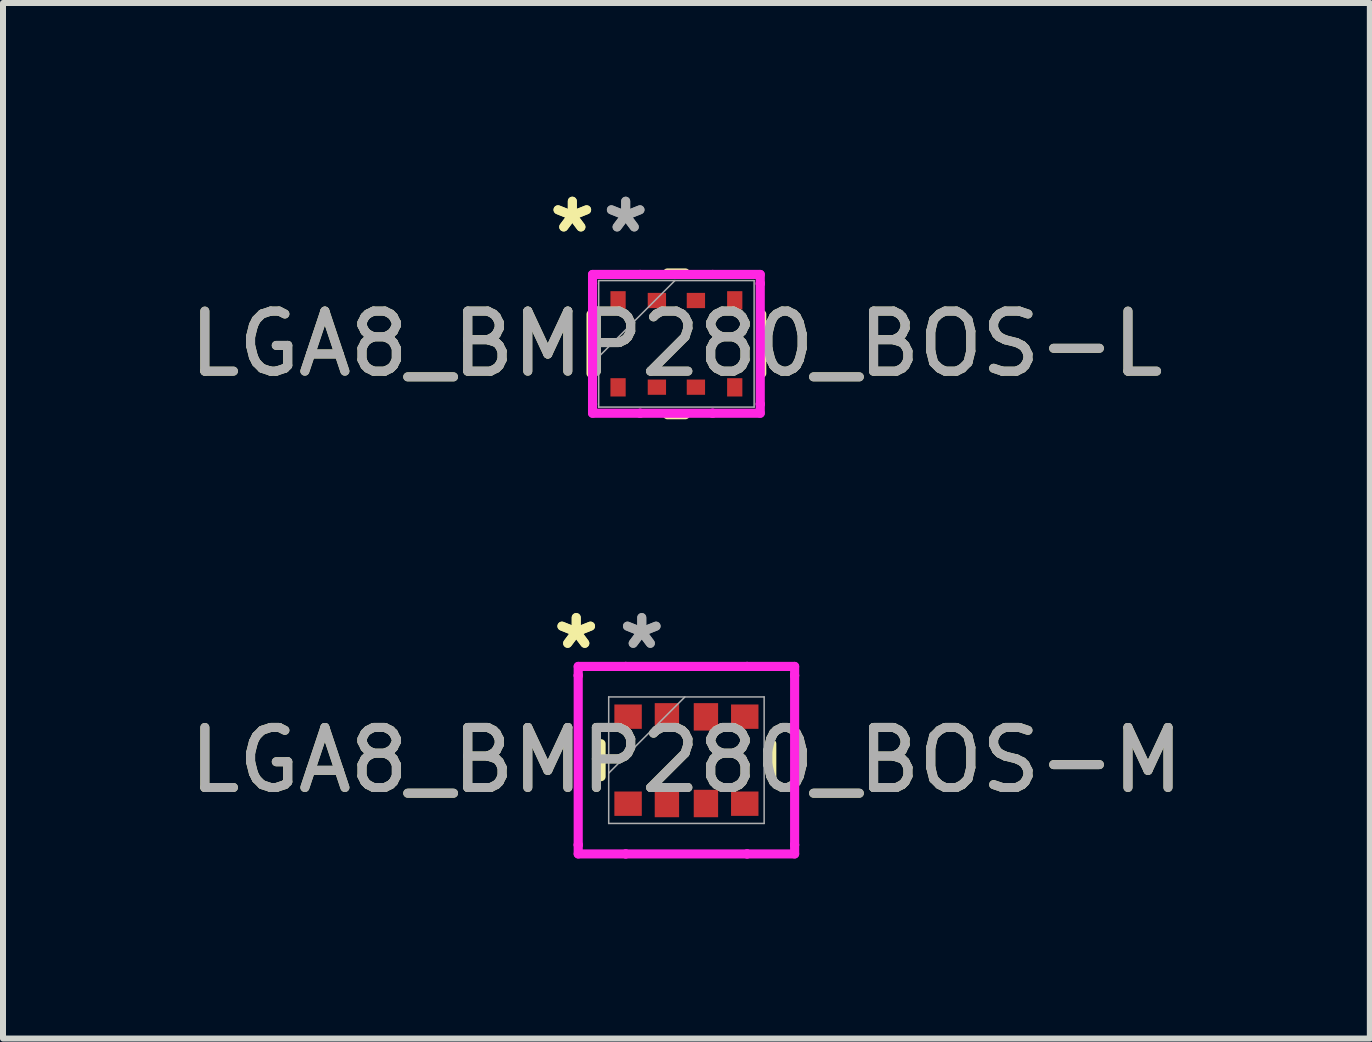
<source format=kicad_pcb>
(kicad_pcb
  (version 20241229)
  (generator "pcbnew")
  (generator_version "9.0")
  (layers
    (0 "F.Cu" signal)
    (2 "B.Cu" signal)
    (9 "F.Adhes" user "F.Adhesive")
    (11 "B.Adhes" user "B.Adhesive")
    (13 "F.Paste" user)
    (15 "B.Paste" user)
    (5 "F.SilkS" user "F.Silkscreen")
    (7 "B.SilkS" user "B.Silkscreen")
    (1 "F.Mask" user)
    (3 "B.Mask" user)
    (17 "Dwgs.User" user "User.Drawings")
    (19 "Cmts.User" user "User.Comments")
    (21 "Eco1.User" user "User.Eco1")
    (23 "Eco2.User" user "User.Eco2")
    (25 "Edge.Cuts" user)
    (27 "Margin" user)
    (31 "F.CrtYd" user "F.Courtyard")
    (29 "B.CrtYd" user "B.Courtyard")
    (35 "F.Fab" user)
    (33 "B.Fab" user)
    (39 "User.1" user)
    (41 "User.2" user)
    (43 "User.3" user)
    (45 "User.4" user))
  (footprint "LGA8_BMP280_BOS-L"
    (layer "F.Cu")
    (at 8.22 2.679)
    (property "Reference" "LGA8_BMP280_BOS-L" (at 0 0 0) (unlocked yes) (layer "F.SilkS") (effects (font (size 1 1) (thickness 0.15))))
    (attr smd)
    (fp_line (start -1.422 -0.493) (end -1.422 0.493) (stroke (width 0.152) (type solid)) (layer "F.SilkS"))
    (fp_line (start -0.149 1.181) (end 0.149 1.181) (stroke (width 0.152) (type solid)) (layer "F.SilkS"))
    (fp_line (start 0.149 -1.181) (end -0.149 -1.181) (stroke (width 0.152) (type solid)) (layer "F.SilkS"))
    (fp_line (start 1.422 0.493) (end 1.422 -0.493) (stroke (width 0.152) (type solid)) (layer "F.SilkS"))
    (fp_line (start -1.397 -1.156) (end -0.604 -1.156) (stroke (width 0.152) (type solid)) (layer "F.CrtYd"))
    (fp_line (start -1.397 -1.004) (end -1.397 -1.156) (stroke (width 0.152) (type solid)) (layer "F.CrtYd"))
    (fp_line (start -1.397 -1.004) (end -1.397 -1.004) (stroke (width 0.152) (type solid)) (layer "F.CrtYd"))
    (fp_line (start -1.397 1.004) (end -1.397 -1.004) (stroke (width 0.152) (type solid)) (layer "F.CrtYd"))
    (fp_line (start -1.397 1.004) (end -1.397 1.004) (stroke (width 0.152) (type solid)) (layer "F.CrtYd"))
    (fp_line (start -1.397 1.156) (end -1.397 1.004) (stroke (width 0.152) (type solid)) (layer "F.CrtYd"))
    (fp_line (start -1.397 1.156) (end -0.604 1.156) (stroke (width 0.152) (type solid)) (layer "F.CrtYd"))
    (fp_line (start -0.604 -1.156) (end -0.604 -1.156) (stroke (width 0.152) (type solid)) (layer "F.CrtYd"))
    (fp_line (start -0.604 -1.156) (end 0.604 -1.156) (stroke (width 0.152) (type solid)) (layer "F.CrtYd"))
    (fp_line (start -0.604 1.156) (end -0.604 1.156) (stroke (width 0.152) (type solid)) (layer "F.CrtYd"))
    (fp_line (start -0.604 1.156) (end 0.604 1.156) (stroke (width 0.152) (type solid)) (layer "F.CrtYd"))
    (fp_line (start 0.604 -1.156) (end 0.604 -1.156) (stroke (width 0.152) (type solid)) (layer "F.CrtYd"))
    (fp_line (start 0.604 -1.156) (end 1.397 -1.156) (stroke (width 0.152) (type solid)) (layer "F.CrtYd"))
    (fp_line (start 0.604 1.156) (end 0.604 1.156) (stroke (width 0.152) (type solid)) (layer "F.CrtYd"))
    (fp_line (start 0.604 1.156) (end 1.397 1.156) (stroke (width 0.152) (type solid)) (layer "F.CrtYd"))
    (fp_line (start 1.397 -1.004) (end 1.397 -1.156) (stroke (width 0.152) (type solid)) (layer "F.CrtYd"))
    (fp_line (start 1.397 -1.004) (end 1.397 -1.004) (stroke (width 0.152) (type solid)) (layer "F.CrtYd"))
    (fp_line (start 1.397 1.004) (end 1.397 -1.004) (stroke (width 0.152) (type solid)) (layer "F.CrtYd"))
    (fp_line (start 1.397 1.004) (end 1.397 1.004) (stroke (width 0.152) (type solid)) (layer "F.CrtYd"))
    (fp_line (start 1.397 1.156) (end 1.397 1.004) (stroke (width 0.152) (type solid)) (layer "F.CrtYd"))
    (fp_line (start -1.295 -1.054) (end -1.295 1.054) (stroke (width 0.025) (type solid)) (layer "F.Fab"))
    (fp_line (start -1.295 0.216) (end -0.025 -1.054) (stroke (width 0.025) (type solid)) (layer "F.Fab"))
    (fp_line (start -1.295 1.054) (end 1.295 1.054) (stroke (width 0.025) (type solid)) (layer "F.Fab"))
    (fp_line (start 1.295 -1.054) (end -1.295 -1.054) (stroke (width 0.025) (type solid)) (layer "F.Fab"))
    (fp_line (start 1.295 1.054) (end 1.295 -1.054) (stroke (width 0.025) (type solid)) (layer "F.Fab"))
    (fp_text user "*" (at -1.734 -1.831 0) (layer "F.SilkS") (effects (font (size 1 1) (thickness 0.15))))
    (fp_text user "*" (at -1.734 -1.831 0) (unlocked yes) (layer "F.SilkS") (effects (font (size 1 1) (thickness 0.15))))
    (fp_text user "${REFERENCE}" (at 0 0 0) (unlocked yes) (layer "F.Fab") (effects (font (size 1 1) (thickness 0.15))))
    (fp_text user "*" (at -0.845 -1.831 0) (layer "F.Fab") (effects (font (size 1 1) (thickness 0.15))))
    (fp_text user "*" (at -0.845 -1.831 0) (unlocked yes) (layer "F.Fab") (effects (font (size 1 1) (thickness 0.15))))
    (pad "1" smd rect (at -0.972 -0.725 90) (size 0.305 0.254) (layers "F.Cu" "F.Mask" "F.Paste"))
    (pad "2" smd rect (at -0.325 -0.722) (size 0.305 0.254) (layers "F.Cu" "F.Mask" "F.Paste"))
    (pad "3" smd rect (at 0.325 -0.722) (size 0.305 0.254) (layers "F.Cu" "F.Mask" "F.Paste"))
    (pad "4" smd rect (at 0.972 -0.725 90) (size 0.305 0.254) (layers "F.Cu" "F.Mask" "F.Paste"))
    (pad "5" smd rect (at 0.972 0.725 90) (size 0.305 0.254) (layers "F.Cu" "F.Mask" "F.Paste"))
    (pad "6" smd rect (at 0.325 0.722) (size 0.305 0.254) (layers "F.Cu" "F.Mask" "F.Paste"))
    (pad "7" smd rect (at -0.325 0.722) (size 0.305 0.254) (layers "F.Cu" "F.Mask" "F.Paste"))
    (pad "8" smd rect (at -0.972 0.725 90) (size 0.305 0.254) (layers "F.Cu" "F.Mask" "F.Paste")))
  (footprint "LGA8_BMP280_BOS-M"
    (layer "F.Cu")
    (at 8.387 9.616)
    (property "Reference" "LGA8_BMP280_BOS-M" (at 0 0 0) (unlocked yes) (layer "F.SilkS") (effects (font (size 1 1) (thickness 0.15))))
    (attr smd)
    (fp_line (start -1.422 -0.274) (end -1.422 0.274) (stroke (width 0.152) (type solid)) (layer "F.SilkS"))
    (fp_line (start 1.422 0.274) (end 1.422 -0.274) (stroke (width 0.152) (type solid)) (layer "F.SilkS"))
    (fp_line (start -1.803 -1.562) (end -1.011 -1.562) (stroke (width 0.152) (type solid)) (layer "F.CrtYd"))
    (fp_line (start -1.803 -1.411) (end -1.803 -1.562) (stroke (width 0.152) (type solid)) (layer "F.CrtYd"))
    (fp_line (start -1.803 -1.411) (end -1.803 -1.411) (stroke (width 0.152) (type solid)) (layer "F.CrtYd"))
    (fp_line (start -1.803 1.411) (end -1.803 -1.411) (stroke (width 0.152) (type solid)) (layer "F.CrtYd"))
    (fp_line (start -1.803 1.411) (end -1.803 1.411) (stroke (width 0.152) (type solid)) (layer "F.CrtYd"))
    (fp_line (start -1.803 1.562) (end -1.803 1.411) (stroke (width 0.152) (type solid)) (layer "F.CrtYd"))
    (fp_line (start -1.803 1.562) (end -1.011 1.562) (stroke (width 0.152) (type solid)) (layer "F.CrtYd"))
    (fp_line (start -1.011 -1.562) (end -1.011 -1.562) (stroke (width 0.152) (type solid)) (layer "F.CrtYd"))
    (fp_line (start -1.011 -1.562) (end 1.011 -1.562) (stroke (width 0.152) (type solid)) (layer "F.CrtYd"))
    (fp_line (start -1.011 1.562) (end -1.011 1.562) (stroke (width 0.152) (type solid)) (layer "F.CrtYd"))
    (fp_line (start -1.011 1.562) (end 1.011 1.562) (stroke (width 0.152) (type solid)) (layer "F.CrtYd"))
    (fp_line (start 1.011 -1.562) (end 1.011 -1.562) (stroke (width 0.152) (type solid)) (layer "F.CrtYd"))
    (fp_line (start 1.011 -1.562) (end 1.803 -1.562) (stroke (width 0.152) (type solid)) (layer "F.CrtYd"))
    (fp_line (start 1.011 1.562) (end 1.011 1.562) (stroke (width 0.152) (type solid)) (layer "F.CrtYd"))
    (fp_line (start 1.011 1.562) (end 1.803 1.562) (stroke (width 0.152) (type solid)) (layer "F.CrtYd"))
    (fp_line (start 1.803 -1.411) (end 1.803 -1.562) (stroke (width 0.152) (type solid)) (layer "F.CrtYd"))
    (fp_line (start 1.803 -1.411) (end 1.803 -1.411) (stroke (width 0.152) (type solid)) (layer "F.CrtYd"))
    (fp_line (start 1.803 1.411) (end 1.803 -1.411) (stroke (width 0.152) (type solid)) (layer "F.CrtYd"))
    (fp_line (start 1.803 1.411) (end 1.803 1.411) (stroke (width 0.152) (type solid)) (layer "F.CrtYd"))
    (fp_line (start 1.803 1.562) (end 1.803 1.411) (stroke (width 0.152) (type solid)) (layer "F.CrtYd"))
    (fp_line (start -1.295 -1.054) (end -1.295 1.054) (stroke (width 0.025) (type solid)) (layer "F.Fab"))
    (fp_line (start -1.295 0.216) (end -0.025 -1.054) (stroke (width 0.025) (type solid)) (layer "F.Fab"))
    (fp_line (start -1.295 1.054) (end 1.295 1.054) (stroke (width 0.025) (type solid)) (layer "F.Fab"))
    (fp_line (start 1.295 -1.054) (end -1.295 -1.054) (stroke (width 0.025) (type solid)) (layer "F.Fab"))
    (fp_line (start 1.295 1.054) (end 1.295 -1.054) (stroke (width 0.025) (type solid)) (layer "F.Fab"))
    (fp_text user "*" (at -1.836 -1.831 0) (unlocked yes) (layer "F.SilkS") (effects (font (size 1 1) (thickness 0.15))))
    (fp_text user "*" (at -1.836 -1.831 0) (layer "F.SilkS") (effects (font (size 1 1) (thickness 0.15))))
    (fp_text user "${REFERENCE}" (at 0 0 0) (unlocked yes) (layer "F.Fab") (effects (font (size 1 1) (thickness 0.15))))
    (fp_text user "*" (at -0.744 -1.831 0) (unlocked yes) (layer "F.Fab") (effects (font (size 1 1) (thickness 0.15))))
    (fp_text user "*" (at -0.744 -1.831 0) (layer "F.Fab") (effects (font (size 1 1) (thickness 0.15))))
    (pad "1" smd rect (at -0.972 -0.725 90) (size 0.406 0.457) (layers "F.Cu" "F.Mask" "F.Paste"))
    (pad "2" smd rect (at -0.325 -0.722) (size 0.406 0.457) (layers "F.Cu" "F.Mask" "F.Paste"))
    (pad "3" smd rect (at 0.325 -0.722) (size 0.406 0.457) (layers "F.Cu" "F.Mask" "F.Paste"))
    (pad "4" smd rect (at 0.972 -0.725 90) (size 0.406 0.457) (layers "F.Cu" "F.Mask" "F.Paste"))
    (pad "5" smd rect (at 0.972 0.725 90) (size 0.406 0.457) (layers "F.Cu" "F.Mask" "F.Paste"))
    (pad "6" smd rect (at 0.325 0.722) (size 0.406 0.457) (layers "F.Cu" "F.Mask" "F.Paste"))
    (pad "7" smd rect (at -0.325 0.722) (size 0.406 0.457) (layers "F.Cu" "F.Mask" "F.Paste"))
    (pad "8" smd rect (at -0.972 0.725 90) (size 0.406 0.457) (layers "F.Cu" "F.Mask" "F.Paste")))
  (gr_rect
    (start -3 -3)
    (end 19.774 14.254)
    (stroke (width 0.1) (type default))
    (fill no)
    (layer "Edge.Cuts")))
</source>
